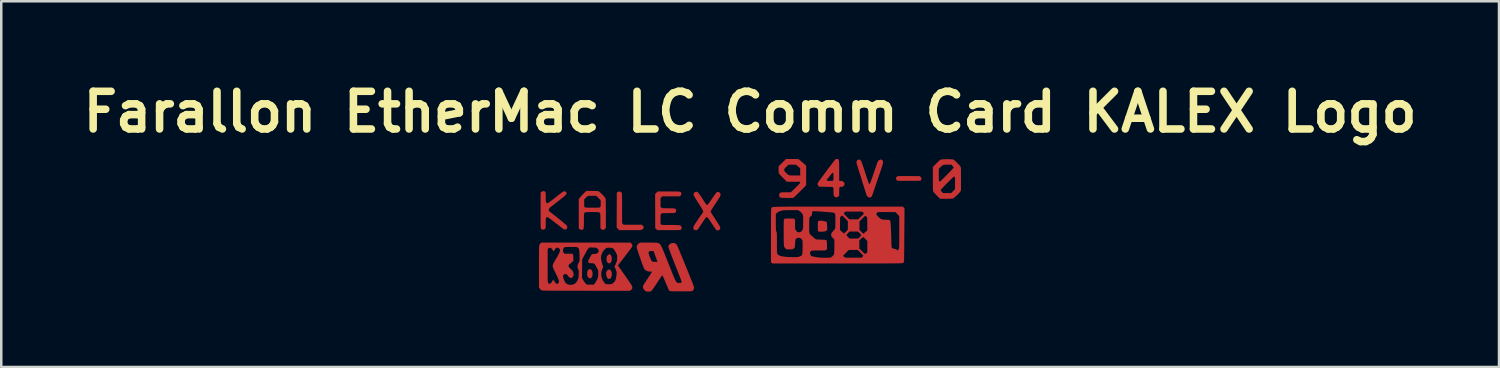
<source format=kicad_pcb>
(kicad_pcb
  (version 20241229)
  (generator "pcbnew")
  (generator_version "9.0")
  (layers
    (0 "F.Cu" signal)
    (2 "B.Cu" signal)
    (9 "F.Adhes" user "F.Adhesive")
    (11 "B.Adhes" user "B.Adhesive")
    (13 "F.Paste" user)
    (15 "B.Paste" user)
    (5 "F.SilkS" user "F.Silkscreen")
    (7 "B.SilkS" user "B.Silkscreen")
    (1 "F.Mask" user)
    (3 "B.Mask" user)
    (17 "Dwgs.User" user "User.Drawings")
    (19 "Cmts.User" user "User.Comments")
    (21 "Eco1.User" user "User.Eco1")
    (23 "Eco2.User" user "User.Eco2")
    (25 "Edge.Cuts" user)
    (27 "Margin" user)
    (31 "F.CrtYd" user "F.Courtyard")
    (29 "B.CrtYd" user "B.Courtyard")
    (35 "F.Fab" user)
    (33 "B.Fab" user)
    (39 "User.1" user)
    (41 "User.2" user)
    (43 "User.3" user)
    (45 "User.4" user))
  (footprint "Farallon EtherMac LC Comm Card KALEX Logo"
    (layer "F.Cu")
    (at 26.8 5.904)
    (property "Reference" "Farallon EtherMac LC Comm Card KALEX Logo" (at 0 -4.5 0) (layer "F.SilkS") (effects (font (size 1.5 1.5) (thickness 0.3))))
    (attr board_only exclude_from_pos_files exclude_from_bom)
    (fp_poly (pts (xy -6.345 1.762) (xy -6.312 1.786) (xy -6.288 1.827) (xy -6.274 1.884) (xy -6.269 1.941) (xy -6.275 2.007) (xy -6.291 2.06) (xy -6.316 2.098) (xy -6.35 2.119) (xy -6.372 2.122) (xy -6.409 2.112) (xy -6.427 2.098) (xy -6.458 2.061) (xy -6.475 2.028) (xy -6.483 1.991) (xy -6.485 1.946) (xy -6.481 1.874) (xy -6.468 1.82) (xy -6.447 1.785) (xy -6.429 1.771) (xy -6.384 1.757)) (stroke (width 0) (type solid)) (fill yes) (layer "F.Cu"))
    (fp_poly (pts (xy -5.566 1.172) (xy -5.54 1.199) (xy -5.521 1.241) (xy -5.508 1.298) (xy -5.505 1.354) (xy -5.51 1.414) (xy -5.526 1.461) (xy -5.556 1.5) (xy -5.584 1.523) (xy -5.61 1.528) (xy -5.643 1.516) (xy -5.68 1.488) (xy -5.703 1.45) (xy -5.714 1.397) (xy -5.714 1.37) (xy -5.713 1.313) (xy -5.706 1.272) (xy -5.692 1.239) (xy -5.67 1.207) (xy -5.665 1.201) (xy -5.63 1.172) (xy -5.597 1.163)) (stroke (width 0) (type solid)) (fill yes) (layer "F.Cu"))
    (fp_poly (pts (xy -5.589 1.773) (xy -5.555 1.795) (xy -5.526 1.837) (xy -5.525 1.838) (xy -5.513 1.869) (xy -5.506 1.9) (xy -5.505 1.939) (xy -5.506 1.97) (xy -5.509 2.017) (xy -5.515 2.049) (xy -5.527 2.076) (xy -5.541 2.099) (xy -5.562 2.126) (xy -5.58 2.139) (xy -5.604 2.143) (xy -5.614 2.144) (xy -5.653 2.137) (xy -5.674 2.122) (xy -5.702 2.076) (xy -5.721 2.017) (xy -5.73 1.951) (xy -5.73 1.941) (xy -5.729 1.899) (xy -5.722 1.869) (xy -5.709 1.842) (xy -5.701 1.831) (xy -5.664 1.791) (xy -5.626 1.772)) (stroke (width 0) (type solid)) (fill yes) (layer "F.Cu"))
    (fp_poly (pts (xy 6.13 -1.949) (xy 6.222 -1.948) (xy 6.32 -1.948) (xy 6.753 -1.944) (xy 6.786 -1.913) (xy 6.812 -1.876) (xy 6.818 -1.836) (xy 6.804 -1.798) (xy 6.796 -1.787) (xy 6.774 -1.761) (xy 6.325 -1.759) (xy 6.214 -1.758) (xy 6.122 -1.758) (xy 6.048 -1.758) (xy 5.99 -1.758) (xy 5.944 -1.759) (xy 5.91 -1.761) (xy 5.886 -1.763) (xy 5.868 -1.766) (xy 5.856 -1.77) (xy 5.847 -1.774) (xy 5.846 -1.775) (xy 5.819 -1.803) (xy 5.807 -1.84) (xy 5.809 -1.878) (xy 5.827 -1.913) (xy 5.852 -1.932) (xy 5.862 -1.937) (xy 5.875 -1.941) (xy 5.893 -1.944) (xy 5.918 -1.946) (xy 5.952 -1.948) (xy 5.998 -1.948) (xy 6.056 -1.949)) (stroke (width 0) (type solid)) (fill yes) (layer "F.Cu"))
    (fp_poly (pts (xy -5.153 -1.322) (xy -5.12 -1.297) (xy -5.108 -1.277) (xy -5.105 -1.264) (xy -5.102 -1.238) (xy -5.1 -1.199) (xy -5.098 -1.145) (xy -5.097 -1.075) (xy -5.096 -0.988) (xy -5.095 -0.882) (xy -5.095 -0.757) (xy -5.095 -0.661) (xy -5.095 -0.074) (xy -5.064 -0.042) (xy -5.032 -0.011) (xy -4.669 -0.011) (xy -4.307 -0.011) (xy -4.27 0.026) (xy -4.241 0.064) (xy -4.234 0.101) (xy -4.247 0.136) (xy -4.263 0.153) (xy -4.277 0.165) (xy -4.29 0.176) (xy -4.305 0.184) (xy -4.323 0.191) (xy -4.347 0.196) (xy -4.379 0.199) (xy -4.422 0.202) (xy -4.476 0.203) (xy -4.545 0.204) (xy -4.631 0.205) (xy -4.735 0.205) (xy -4.775 0.205) (xy -5.211 0.205) (xy -5.261 0.151) (xy -5.311 0.097) (xy -5.308 -0.593) (xy -5.305 -1.284) (xy -5.275 -1.31) (xy -5.237 -1.33) (xy -5.194 -1.334)) (stroke (width 0) (type solid)) (fill yes) (layer "F.Cu"))
    (fp_poly (pts (xy 2.865 -0.17) (xy 2.911 -0.163) (xy 2.934 -0.156) (xy 2.969 -0.145) (xy 3.003 -0.14) (xy 3.005 -0.14) (xy 3.023 -0.138) (xy 3.037 -0.13) (xy 3.047 -0.114) (xy 3.054 -0.086) (xy 3.059 -0.044) (xy 3.063 0.016) (xy 3.065 0.05) (xy 3.068 0.107) (xy 3.069 0.147) (xy 3.068 0.174) (xy 3.065 0.192) (xy 3.058 0.205) (xy 3.048 0.217) (xy 3.047 0.218) (xy 3.026 0.237) (xy 2.996 0.249) (xy 2.952 0.258) (xy 2.951 0.258) (xy 2.884 0.266) (xy 2.821 0.269) (xy 2.769 0.267) (xy 2.731 0.259) (xy 2.717 0.253) (xy 2.708 0.245) (xy 2.702 0.236) (xy 2.698 0.222) (xy 2.695 0.198) (xy 2.694 0.163) (xy 2.693 0.112) (xy 2.693 0.056) (xy 2.693 -0.02) (xy 2.695 -0.077) (xy 2.699 -0.117) (xy 2.708 -0.144) (xy 2.722 -0.161) (xy 2.743 -0.169) (xy 2.772 -0.172) (xy 2.811 -0.172)) (stroke (width 0) (type solid)) (fill yes) (layer "F.Cu"))
    (fp_poly (pts (xy -3.024 -1.336) (xy -2.947 -1.335) (xy -2.886 -1.333) (xy -2.838 -1.331) (xy -2.803 -1.326) (xy -2.778 -1.32) (xy -2.762 -1.312) (xy -2.751 -1.302) (xy -2.745 -1.289) (xy -2.742 -1.272) (xy -2.739 -1.253) (xy -2.737 -1.221) (xy -2.745 -1.199) (xy -2.765 -1.175) (xy -2.766 -1.175) (xy -2.799 -1.142) (xy -3.148 -1.142) (xy -3.497 -1.142) (xy -3.531 -1.106) (xy -3.565 -1.071) (xy -3.565 -0.898) (xy -3.565 -0.726) (xy -3.536 -0.697) (xy -3.506 -0.669) (xy -3.251 -0.666) (xy -3.171 -0.665) (xy -3.109 -0.664) (xy -3.063 -0.662) (xy -3.03 -0.66) (xy -3.007 -0.657) (xy -2.992 -0.653) (xy -2.981 -0.647) (xy -2.972 -0.64) (xy -2.968 -0.636) (xy -2.948 -0.605) (xy -2.94 -0.566) (xy -2.947 -0.53) (xy -2.955 -0.516) (xy -2.966 -0.503) (xy -2.98 -0.493) (xy -3 -0.486) (xy -3.028 -0.48) (xy -3.066 -0.477) (xy -3.118 -0.475) (xy -3.187 -0.474) (xy -3.26 -0.474) (xy -3.505 -0.474) (xy -3.535 -0.445) (xy -3.565 -0.416) (xy -3.565 -0.225) (xy -3.565 -0.035) (xy -3.539 -0.017) (xy -3.529 -0.013) (xy -3.515 -0.009) (xy -3.494 -0.006) (xy -3.464 -0.003) (xy -3.422 -0.002) (xy -3.367 -0.001) (xy -3.296 -0.00025) (xy -3.207 -0.00002) (xy -3.161 0) (xy -3.062 0.000145) (xy -2.981 0.001) (xy -2.918 0.002) (xy -2.87 0.003) (xy -2.834 0.005) (xy -2.808 0.008) (xy -2.79 0.012) (xy -2.779 0.016) (xy -2.747 0.04) (xy -2.73 0.072) (xy -2.725 0.117) (xy -2.729 0.151) (xy -2.744 0.174) (xy -2.754 0.182) (xy -2.761 0.188) (xy -2.77 0.192) (xy -2.782 0.196) (xy -2.799 0.199) (xy -2.824 0.201) (xy -2.858 0.202) (xy -2.903 0.203) (xy -2.962 0.204) (xy -3.036 0.204) (xy -3.128 0.205) (xy -3.239 0.205) (xy -3.695 0.205) (xy -3.735 0.168) (xy -3.776 0.131) (xy -3.778 -0.552) (xy -3.781 -1.235) (xy -3.728 -1.286) (xy -3.674 -1.336) (xy -3.233 -1.336) (xy -3.119 -1.336)) (stroke (width 0) (type solid)) (fill yes) (layer "F.Cu"))
    (fp_poly (pts (xy 1.753 -2.628) (xy 1.823 -2.626) (xy 1.877 -2.624) (xy 1.914 -2.621) (xy 1.929 -2.617) (xy 1.947 -2.605) (xy 1.977 -2.581) (xy 2.016 -2.549) (xy 2.06 -2.511) (xy 2.106 -2.472) (xy 2.149 -2.433) (xy 2.179 -2.406) (xy 2.23 -2.358) (xy 2.23 -1.969) (xy 2.23 -1.581) (xy 2.044 -1.392) (xy 1.988 -1.336) (xy 1.932 -1.28) (xy 1.879 -1.229) (xy 1.834 -1.185) (xy 1.798 -1.152) (xy 1.785 -1.141) (xy 1.712 -1.077) (xy 1.473 -1.078) (xy 1.402 -1.078) (xy 1.337 -1.08) (xy 1.282 -1.082) (xy 1.24 -1.084) (xy 1.215 -1.087) (xy 1.21 -1.088) (xy 1.178 -1.111) (xy 1.159 -1.146) (xy 1.152 -1.187) (xy 1.159 -1.229) (xy 1.178 -1.265) (xy 1.205 -1.287) (xy 1.222 -1.293) (xy 1.246 -1.298) (xy 1.281 -1.301) (xy 1.33 -1.303) (xy 1.396 -1.303) (xy 1.43 -1.303) (xy 1.621 -1.303) (xy 1.807 -1.484) (xy 1.868 -1.544) (xy 1.914 -1.591) (xy 1.948 -1.626) (xy 1.971 -1.653) (xy 1.985 -1.673) (xy 1.992 -1.688) (xy 1.993 -1.694) (xy 1.993 -1.723) (xy 1.728 -1.723) (xy 1.463 -1.723) (xy 1.312 -1.872) (xy 1.264 -1.919) (xy 1.221 -1.964) (xy 1.185 -2.002) (xy 1.16 -2.031) (xy 1.147 -2.048) (xy 1.146 -2.049) (xy 1.138 -2.074) (xy 1.133 -2.116) (xy 1.131 -2.177) (xy 1.131 -2.194) (xy 1.357 -2.194) (xy 1.359 -2.17) (xy 1.365 -2.151) (xy 1.379 -2.13) (xy 1.404 -2.103) (xy 1.425 -2.083) (xy 1.462 -2.047) (xy 1.491 -2.019) (xy 1.516 -1.999) (xy 1.541 -1.986) (xy 1.57 -1.978) (xy 1.606 -1.973) (xy 1.653 -1.971) (xy 1.714 -1.971) (xy 1.773 -1.971) (xy 1.993 -1.971) (xy 1.993 -2.116) (xy 1.993 -2.26) (xy 1.947 -2.296) (xy 1.911 -2.325) (xy 1.873 -2.356) (xy 1.861 -2.367) (xy 1.82 -2.402) (xy 1.678 -2.402) (xy 1.535 -2.402) (xy 1.446 -2.32) (xy 1.407 -2.284) (xy 1.382 -2.259) (xy 1.367 -2.239) (xy 1.36 -2.222) (xy 1.357 -2.203) (xy 1.357 -2.194) (xy 1.131 -2.194) (xy 1.131 -2.205) (xy 1.131 -2.333) (xy 1.28 -2.481) (xy 1.429 -2.628) (xy 1.669 -2.628)) (stroke (width 0) (type solid)) (fill yes) (layer "F.Cu"))
    (fp_poly (pts (xy 4.357 -2.602) (xy 4.393 -2.577) (xy 4.399 -2.571) (xy 4.408 -2.559) (xy 4.418 -2.543) (xy 4.429 -2.521) (xy 4.442 -2.489) (xy 4.458 -2.448) (xy 4.476 -2.394) (xy 4.499 -2.325) (xy 4.527 -2.241) (xy 4.56 -2.138) (xy 4.571 -2.105) (xy 4.608 -1.992) (xy 4.638 -1.898) (xy 4.664 -1.821) (xy 4.685 -1.759) (xy 4.702 -1.712) (xy 4.716 -1.677) (xy 4.727 -1.652) (xy 4.735 -1.637) (xy 4.743 -1.629) (xy 4.749 -1.627) (xy 4.749 -1.627) (xy 4.759 -1.635) (xy 4.773 -1.662) (xy 4.792 -1.707) (xy 4.816 -1.771) (xy 4.846 -1.855) (xy 4.857 -1.887) (xy 4.881 -1.957) (xy 4.909 -2.039) (xy 4.937 -2.121) (xy 4.963 -2.195) (xy 4.966 -2.203) (xy 4.987 -2.264) (xy 5.007 -2.323) (xy 5.025 -2.375) (xy 5.038 -2.414) (xy 5.042 -2.426) (xy 5.063 -2.484) (xy 5.083 -2.525) (xy 5.105 -2.557) (xy 5.128 -2.579) (xy 5.168 -2.602) (xy 5.208 -2.604) (xy 5.245 -2.591) (xy 5.27 -2.571) (xy 5.285 -2.541) (xy 5.289 -2.499) (xy 5.282 -2.444) (xy 5.265 -2.373) (xy 5.241 -2.3) (xy 5.227 -2.257) (xy 5.206 -2.197) (xy 5.181 -2.124) (xy 5.153 -2.04) (xy 5.122 -1.949) (xy 5.089 -1.854) (xy 5.057 -1.761) (xy 5.026 -1.671) (xy 4.997 -1.585) (xy 4.97 -1.505) (xy 4.947 -1.436) (xy 4.927 -1.379) (xy 4.913 -1.336) (xy 4.905 -1.311) (xy 4.904 -1.309) (xy 4.891 -1.27) (xy 4.879 -1.235) (xy 4.874 -1.223) (xy 4.862 -1.192) (xy 4.854 -1.168) (xy 4.833 -1.13) (xy 4.799 -1.105) (xy 4.758 -1.094) (xy 4.717 -1.1) (xy 4.701 -1.108) (xy 4.664 -1.139) (xy 4.637 -1.179) (xy 4.626 -1.209) (xy 4.621 -1.227) (xy 4.611 -1.261) (xy 4.597 -1.307) (xy 4.58 -1.36) (xy 4.562 -1.417) (xy 4.544 -1.473) (xy 4.528 -1.524) (xy 4.514 -1.565) (xy 4.504 -1.593) (xy 4.502 -1.6) (xy 4.495 -1.62) (xy 4.484 -1.655) (xy 4.472 -1.696) (xy 4.47 -1.702) (xy 4.456 -1.753) (xy 4.44 -1.806) (xy 4.427 -1.847) (xy 4.414 -1.887) (xy 4.398 -1.938) (xy 4.381 -1.993) (xy 4.373 -2.02) (xy 4.358 -2.066) (xy 4.345 -2.106) (xy 4.336 -2.134) (xy 4.333 -2.144) (xy 4.326 -2.165) (xy 4.324 -2.171) (xy 4.32 -2.184) (xy 4.311 -2.215) (xy 4.298 -2.257) (xy 4.283 -2.306) (xy 4.281 -2.311) (xy 4.265 -2.363) (xy 4.251 -2.41) (xy 4.241 -2.447) (xy 4.236 -2.469) (xy 4.236 -2.469) (xy 4.235 -2.52) (xy 4.249 -2.561) (xy 4.275 -2.588) (xy 4.318 -2.605)) (stroke (width 0) (type solid)) (fill yes) (layer "F.Cu"))
    (fp_poly (pts (xy 3.466 -2.628) (xy 3.486 -2.626) (xy 3.503 -2.62) (xy 3.516 -2.608) (xy 3.526 -2.589) (xy 3.533 -2.56) (xy 3.538 -2.52) (xy 3.541 -2.467) (xy 3.543 -2.399) (xy 3.544 -2.314) (xy 3.544 -2.21) (xy 3.544 -2.156) (xy 3.544 -1.758) (xy 3.615 -1.754) (xy 3.655 -1.75) (xy 3.681 -1.744) (xy 3.701 -1.731) (xy 3.723 -1.71) (xy 3.723 -1.71) (xy 3.752 -1.667) (xy 3.76 -1.626) (xy 3.747 -1.586) (xy 3.723 -1.555) (xy 3.696 -1.532) (xy 3.672 -1.522) (xy 3.638 -1.519) (xy 3.633 -1.519) (xy 3.601 -1.518) (xy 3.578 -1.512) (xy 3.562 -1.5) (xy 3.552 -1.478) (xy 3.547 -1.443) (xy 3.544 -1.392) (xy 3.544 -1.323) (xy 3.544 -1.323) (xy 3.544 -1.166) (xy 3.506 -1.132) (xy 3.465 -1.106) (xy 3.422 -1.1) (xy 3.385 -1.11) (xy 3.363 -1.125) (xy 3.342 -1.151) (xy 3.339 -1.155) (xy 3.33 -1.172) (xy 3.324 -1.193) (xy 3.32 -1.221) (xy 3.318 -1.26) (xy 3.318 -1.316) (xy 3.318 -1.331) (xy 3.317 -1.394) (xy 3.315 -1.439) (xy 3.311 -1.47) (xy 3.305 -1.489) (xy 3.302 -1.494) (xy 3.296 -1.501) (xy 3.288 -1.507) (xy 3.276 -1.511) (xy 3.256 -1.514) (xy 3.226 -1.516) (xy 3.184 -1.518) (xy 3.126 -1.519) (xy 3.051 -1.52) (xy 3.015 -1.521) (xy 2.745 -1.524) (xy 2.714 -1.559) (xy 2.688 -1.601) (xy 2.684 -1.645) (xy 2.701 -1.689) (xy 2.701 -1.689) (xy 2.714 -1.707) (xy 2.738 -1.741) (xy 2.771 -1.787) (xy 2.772 -1.788) (xy 3.05 -1.788) (xy 3.055 -1.776) (xy 3.061 -1.769) (xy 3.078 -1.762) (xy 3.111 -1.758) (xy 3.153 -1.756) (xy 3.199 -1.756) (xy 3.243 -1.757) (xy 3.279 -1.761) (xy 3.302 -1.767) (xy 3.305 -1.769) (xy 3.311 -1.787) (xy 3.316 -1.826) (xy 3.318 -1.887) (xy 3.318 -1.913) (xy 3.317 -1.978) (xy 3.315 -2.024) (xy 3.312 -2.054) (xy 3.306 -2.071) (xy 3.297 -2.078) (xy 3.292 -2.079) (xy 3.275 -2.071) (xy 3.25 -2.048) (xy 3.22 -2.014) (xy 3.187 -1.972) (xy 3.183 -1.966) (xy 3.159 -1.935) (xy 3.129 -1.896) (xy 3.1 -1.863) (xy 3.071 -1.828) (xy 3.055 -1.804) (xy 3.05 -1.788) (xy 2.772 -1.788) (xy 2.813 -1.844) (xy 2.861 -1.909) (xy 2.915 -1.981) (xy 2.971 -2.058) (xy 3.029 -2.136) (xy 3.087 -2.214) (xy 3.144 -2.289) (xy 3.197 -2.361) (xy 3.246 -2.425) (xy 3.288 -2.481) (xy 3.322 -2.526) (xy 3.346 -2.557) (xy 3.358 -2.572) (xy 3.386 -2.603) (xy 3.407 -2.62) (xy 3.428 -2.627) (xy 3.442 -2.628)) (stroke (width 0) (type solid)) (fill yes) (layer "F.Cu"))
    (fp_poly (pts (xy -6.293 -1.357) (xy -6.207 -1.357) (xy -6.14 -1.355) (xy -6.091 -1.353) (xy -6.056 -1.349) (xy -6.033 -1.344) (xy -6.029 -1.343) (xy -6.009 -1.329) (xy -5.978 -1.303) (xy -5.94 -1.268) (xy -5.898 -1.227) (xy -5.856 -1.184) (xy -5.817 -1.142) (xy -5.784 -1.104) (xy -5.761 -1.075) (xy -5.752 -1.06) (xy -5.75 -1.043) (xy -5.748 -1.007) (xy -5.746 -0.952) (xy -5.744 -0.88) (xy -5.743 -0.794) (xy -5.742 -0.693) (xy -5.742 -0.581) (xy -5.741 -0.458) (xy -5.741 -0.456) (xy -5.741 0.121) (xy -5.778 0.157) (xy -5.818 0.187) (xy -5.858 0.195) (xy -5.898 0.181) (xy -5.924 0.161) (xy -5.957 0.128) (xy -5.957 -0.158) (xy -5.957 -0.256) (xy -5.959 -0.337) (xy -5.961 -0.399) (xy -5.964 -0.441) (xy -5.968 -0.463) (xy -5.968 -0.465) (xy -5.98 -0.481) (xy -5.996 -0.493) (xy -6.02 -0.503) (xy -6.054 -0.509) (xy -6.101 -0.514) (xy -6.163 -0.516) (xy -6.243 -0.517) (xy -6.282 -0.517) (xy -6.373 -0.516) (xy -6.445 -0.515) (xy -6.501 -0.511) (xy -6.541 -0.506) (xy -6.57 -0.499) (xy -6.589 -0.488) (xy -6.6 -0.475) (xy -6.604 -0.467) (xy -6.606 -0.449) (xy -6.609 -0.413) (xy -6.611 -0.362) (xy -6.613 -0.299) (xy -6.614 -0.227) (xy -6.614 -0.168) (xy -6.614 -0.073) (xy -6.615 0.002) (xy -6.618 0.061) (xy -6.622 0.105) (xy -6.627 0.137) (xy -6.635 0.159) (xy -6.645 0.174) (xy -6.657 0.183) (xy -6.657 0.183) (xy -6.698 0.194) (xy -6.743 0.188) (xy -6.783 0.168) (xy -6.785 0.166) (xy -6.819 0.138) (xy -6.819 -0.446) (xy -6.819 -0.871) (xy -6.603 -0.871) (xy -6.603 -0.812) (xy -6.602 -0.771) (xy -6.6 -0.744) (xy -6.596 -0.727) (xy -6.589 -0.716) (xy -6.58 -0.708) (xy -6.579 -0.707) (xy -6.568 -0.702) (xy -6.552 -0.698) (xy -6.528 -0.695) (xy -6.493 -0.693) (xy -6.445 -0.691) (xy -6.381 -0.69) (xy -6.298 -0.69) (xy -6.275 -0.69) (xy -6.19 -0.69) (xy -6.125 -0.69) (xy -6.075 -0.691) (xy -6.039 -0.692) (xy -6.013 -0.694) (xy -5.996 -0.698) (xy -5.985 -0.702) (xy -5.976 -0.708) (xy -5.971 -0.713) (xy -5.96 -0.724) (xy -5.953 -0.738) (xy -5.949 -0.758) (xy -5.947 -0.789) (xy -5.946 -0.835) (xy -5.946 -0.86) (xy -5.946 -0.984) (xy -6.036 -1.074) (xy -6.125 -1.163) (xy -6.288 -1.163) (xy -6.353 -1.163) (xy -6.401 -1.162) (xy -6.437 -1.157) (xy -6.465 -1.148) (xy -6.491 -1.132) (xy -6.517 -1.107) (xy -6.55 -1.073) (xy -6.562 -1.061) (xy -6.603 -1.018) (xy -6.603 -0.871) (xy -6.819 -0.871) (xy -6.819 -1.031) (xy -6.786 -1.075) (xy -6.767 -1.099) (xy -6.737 -1.134) (xy -6.698 -1.176) (xy -6.656 -1.221) (xy -6.638 -1.238) (xy -6.522 -1.357)) (stroke (width 0) (type solid)) (fill yes) (layer "F.Cu"))
    (fp_poly (pts (xy -8.182 -1.339) (xy -8.156 -1.322) (xy -8.148 -1.312) (xy -8.142 -1.3) (xy -8.138 -1.283) (xy -8.135 -1.258) (xy -8.133 -1.221) (xy -8.133 -1.169) (xy -8.133 -1.102) (xy -8.133 -1.032) (xy -8.132 -0.981) (xy -8.13 -0.944) (xy -8.127 -0.92) (xy -8.123 -0.904) (xy -8.117 -0.894) (xy -8.113 -0.89) (xy -8.081 -0.874) (xy -8.042 -0.876) (xy -8.024 -0.884) (xy -8.011 -0.893) (xy -7.983 -0.914) (xy -7.942 -0.945) (xy -7.892 -0.984) (xy -7.833 -1.029) (xy -7.769 -1.079) (xy -7.742 -1.101) (xy -7.676 -1.153) (xy -7.614 -1.202) (xy -7.558 -1.245) (xy -7.511 -1.281) (xy -7.475 -1.308) (xy -7.453 -1.324) (xy -7.449 -1.327) (xy -7.41 -1.342) (xy -7.371 -1.34) (xy -7.336 -1.325) (xy -7.312 -1.299) (xy -7.303 -1.264) (xy -7.305 -1.247) (xy -7.312 -1.229) (xy -7.325 -1.21) (xy -7.347 -1.186) (xy -7.38 -1.156) (xy -7.424 -1.118) (xy -7.482 -1.071) (xy -7.545 -1.022) (xy -7.61 -0.971) (xy -7.677 -0.919) (xy -7.74 -0.869) (xy -7.797 -0.824) (xy -7.843 -0.789) (xy -7.857 -0.778) (xy -7.898 -0.746) (xy -7.932 -0.719) (xy -7.958 -0.699) (xy -7.97 -0.69) (xy -7.97 -0.689) (xy -7.988 -0.668) (xy -8.004 -0.636) (xy -8.014 -0.605) (xy -8.014 -0.597) (xy -8.015 -0.59) (xy -8.014 -0.584) (xy -8.012 -0.577) (xy -8.007 -0.568) (xy -7.997 -0.557) (xy -7.98 -0.542) (xy -7.956 -0.521) (xy -7.922 -0.494) (xy -7.878 -0.458) (xy -7.822 -0.413) (xy -7.752 -0.358) (xy -7.668 -0.291) (xy -7.643 -0.271) (xy -7.569 -0.212) (xy -7.5 -0.156) (xy -7.438 -0.105) (xy -7.384 -0.06) (xy -7.341 -0.023) (xy -7.311 0.005) (xy -7.295 0.021) (xy -7.294 0.022) (xy -7.277 0.063) (xy -7.276 0.103) (xy -7.289 0.138) (xy -7.314 0.165) (xy -7.346 0.181) (xy -7.384 0.181) (xy -7.413 0.17) (xy -7.427 0.16) (xy -7.456 0.139) (xy -7.497 0.107) (xy -7.549 0.068) (xy -7.609 0.021) (xy -7.676 -0.031) (xy -7.738 -0.079) (xy -7.831 -0.151) (xy -7.908 -0.21) (xy -7.971 -0.256) (xy -8.018 -0.289) (xy -8.05 -0.309) (xy -8.065 -0.315) (xy -8.093 -0.308) (xy -8.112 -0.296) (xy -8.119 -0.288) (xy -8.125 -0.276) (xy -8.128 -0.259) (xy -8.131 -0.232) (xy -8.132 -0.193) (xy -8.133 -0.137) (xy -8.133 -0.08) (xy -8.133 -0.01) (xy -8.133 0.041) (xy -8.135 0.078) (xy -8.137 0.103) (xy -8.141 0.121) (xy -8.148 0.133) (xy -8.157 0.145) (xy -8.161 0.15) (xy -8.181 0.171) (xy -8.204 0.181) (xy -8.237 0.183) (xy -8.241 0.183) (xy -8.274 0.181) (xy -8.296 0.173) (xy -8.312 0.156) (xy -8.315 0.152) (xy -8.32 0.145) (xy -8.323 0.138) (xy -8.327 0.127) (xy -8.329 0.113) (xy -8.331 0.093) (xy -8.333 0.066) (xy -8.335 0.029) (xy -8.336 -0.018) (xy -8.336 -0.077) (xy -8.337 -0.15) (xy -8.337 -0.238) (xy -8.337 -0.344) (xy -8.337 -0.468) (xy -8.337 -0.585) (xy -8.337 -1.291) (xy -8.304 -1.319) (xy -8.265 -1.341) (xy -8.222 -1.348)) (stroke (width 0) (type solid)) (fill yes) (layer "F.Cu"))
    (fp_poly (pts (xy 7.897 -2.619) (xy 7.962 -2.617) (xy 8.019 -2.614) (xy 8.064 -2.61) (xy 8.093 -2.605) (xy 8.098 -2.602) (xy 8.117 -2.589) (xy 8.146 -2.563) (xy 8.183 -2.528) (xy 8.224 -2.487) (xy 8.266 -2.444) (xy 8.306 -2.403) (xy 8.339 -2.366) (xy 8.362 -2.338) (xy 8.368 -2.33) (xy 8.373 -2.322) (xy 8.378 -2.312) (xy 8.382 -2.3) (xy 8.385 -2.284) (xy 8.387 -2.26) (xy 8.389 -2.227) (xy 8.39 -2.184) (xy 8.391 -2.128) (xy 8.391 -2.056) (xy 8.391 -1.968) (xy 8.391 -1.86) (xy 8.391 -1.837) (xy 8.391 -1.377) (xy 8.364 -1.33) (xy 8.344 -1.304) (xy 8.312 -1.268) (xy 8.272 -1.226) (xy 8.227 -1.182) (xy 8.181 -1.14) (xy 8.138 -1.103) (xy 8.103 -1.076) (xy 8.086 -1.064) (xy 8.072 -1.058) (xy 8.054 -1.054) (xy 8.029 -1.05) (xy 7.994 -1.048) (xy 7.945 -1.046) (xy 7.881 -1.046) (xy 7.805 -1.045) (xy 7.558 -1.045) (xy 7.43 -1.171) (xy 7.386 -1.216) (xy 7.346 -1.259) (xy 7.314 -1.296) (xy 7.293 -1.323) (xy 7.286 -1.334) (xy 7.282 -1.347) (xy 7.279 -1.366) (xy 7.277 -1.39) (xy 7.586 -1.39) (xy 7.588 -1.367) (xy 7.607 -1.34) (xy 7.632 -1.316) (xy 7.68 -1.271) (xy 7.839 -1.271) (xy 7.999 -1.271) (xy 8.076 -1.349) (xy 8.154 -1.428) (xy 8.154 -1.665) (xy 8.154 -1.747) (xy 8.153 -1.81) (xy 8.151 -1.857) (xy 8.147 -1.889) (xy 8.142 -1.91) (xy 8.134 -1.922) (xy 8.123 -1.927) (xy 8.11 -1.928) (xy 8.1 -1.921) (xy 8.077 -1.9) (xy 8.043 -1.868) (xy 8.001 -1.827) (xy 7.952 -1.78) (xy 7.9 -1.727) (xy 7.845 -1.673) (xy 7.791 -1.618) (xy 7.739 -1.565) (xy 7.692 -1.516) (xy 7.652 -1.474) (xy 7.621 -1.44) (xy 7.601 -1.417) (xy 7.598 -1.413) (xy 7.586 -1.39) (xy 7.277 -1.39) (xy 7.277 -1.394) (xy 7.275 -1.433) (xy 7.273 -1.484) (xy 7.272 -1.549) (xy 7.271 -1.63) (xy 7.271 -1.729) (xy 7.271 -1.84) (xy 7.271 -2.004) (xy 7.508 -2.004) (xy 7.508 -1.924) (xy 7.509 -1.864) (xy 7.511 -1.819) (xy 7.513 -1.787) (xy 7.517 -1.766) (xy 7.522 -1.752) (xy 7.525 -1.747) (xy 7.54 -1.73) (xy 7.55 -1.723) (xy 7.56 -1.731) (xy 7.582 -1.752) (xy 7.617 -1.785) (xy 7.661 -1.828) (xy 7.713 -1.879) (xy 7.771 -1.937) (xy 7.827 -1.993) (xy 7.889 -2.057) (xy 7.947 -2.116) (xy 7.998 -2.169) (xy 8.04 -2.214) (xy 8.072 -2.249) (xy 8.092 -2.273) (xy 8.098 -2.282) (xy 8.093 -2.3) (xy 8.075 -2.327) (xy 8.054 -2.352) (xy 8.007 -2.402) (xy 7.852 -2.402) (xy 7.787 -2.402) (xy 7.74 -2.4) (xy 7.704 -2.396) (xy 7.676 -2.386) (xy 7.649 -2.369) (xy 7.62 -2.344) (xy 7.583 -2.309) (xy 7.575 -2.301) (xy 7.508 -2.236) (xy 7.508 -2.004) (xy 7.271 -2.004) (xy 7.271 -2.309) (xy 7.407 -2.447) (xy 7.454 -2.492) (xy 7.497 -2.534) (xy 7.535 -2.568) (xy 7.564 -2.591) (xy 7.579 -2.601) (xy 7.603 -2.607) (xy 7.644 -2.612) (xy 7.698 -2.616) (xy 7.761 -2.618) (xy 7.829 -2.619)) (stroke (width 0) (type solid)) (fill yes) (layer "F.Cu"))
    (fp_poly (pts (xy -2.131 -1.324) (xy -2.114 -1.321) (xy -2.098 -1.314) (xy -2.081 -1.301) (xy -2.061 -1.281) (xy -2.038 -1.253) (xy -2.009 -1.213) (xy -1.974 -1.162) (xy -1.931 -1.098) (xy -1.879 -1.018) (xy -1.822 -0.93) (xy -1.786 -0.876) (xy -1.76 -0.839) (xy -1.739 -0.815) (xy -1.723 -0.804) (xy -1.708 -0.801) (xy -1.697 -0.804) (xy -1.686 -0.814) (xy -1.666 -0.84) (xy -1.637 -0.878) (xy -1.601 -0.927) (xy -1.56 -0.985) (xy -1.523 -1.038) (xy -1.47 -1.115) (xy -1.427 -1.177) (xy -1.393 -1.224) (xy -1.367 -1.259) (xy -1.346 -1.284) (xy -1.33 -1.3) (xy -1.316 -1.309) (xy -1.303 -1.313) (xy -1.289 -1.313) (xy -1.272 -1.312) (xy -1.272 -1.312) (xy -1.239 -1.307) (xy -1.217 -1.295) (xy -1.199 -1.272) (xy -1.185 -1.249) (xy -1.177 -1.228) (xy -1.175 -1.206) (xy -1.18 -1.179) (xy -1.194 -1.146) (xy -1.217 -1.104) (xy -1.251 -1.049) (xy -1.295 -0.981) (xy -1.307 -0.962) (xy -1.379 -0.852) (xy -1.439 -0.76) (xy -1.487 -0.684) (xy -1.525 -0.625) (xy -1.551 -0.581) (xy -1.567 -0.552) (xy -1.573 -0.538) (xy -1.573 -0.537) (xy -1.572 -0.532) (xy -1.57 -0.525) (xy -1.564 -0.514) (xy -1.555 -0.497) (xy -1.54 -0.472) (xy -1.519 -0.439) (xy -1.49 -0.394) (xy -1.454 -0.337) (xy -1.407 -0.265) (xy -1.354 -0.183) (xy -1.305 -0.107) (xy -1.266 -0.046) (xy -1.237 0.001) (xy -1.215 0.037) (xy -1.201 0.064) (xy -1.193 0.084) (xy -1.189 0.1) (xy -1.188 0.113) (xy -1.189 0.122) (xy -1.203 0.168) (xy -1.23 0.2) (xy -1.268 0.214) (xy -1.281 0.215) (xy -1.313 0.212) (xy -1.338 0.204) (xy -1.339 0.203) (xy -1.351 0.191) (xy -1.372 0.164) (xy -1.401 0.124) (xy -1.436 0.073) (xy -1.476 0.014) (xy -1.509 -0.036) (xy -1.561 -0.115) (xy -1.603 -0.177) (xy -1.636 -0.225) (xy -1.662 -0.26) (xy -1.682 -0.284) (xy -1.698 -0.3) (xy -1.712 -0.309) (xy -1.725 -0.312) (xy -1.731 -0.312) (xy -1.738 -0.312) (xy -1.746 -0.31) (xy -1.754 -0.303) (xy -1.765 -0.292) (xy -1.78 -0.273) (xy -1.8 -0.245) (xy -1.826 -0.207) (xy -1.861 -0.156) (xy -1.904 -0.09) (xy -1.957 -0.009) (xy -1.966 0.004) (xy -2.003 0.059) (xy -2.036 0.108) (xy -2.065 0.148) (xy -2.086 0.176) (xy -2.098 0.19) (xy -2.098 0.19) (xy -2.12 0.199) (xy -2.153 0.204) (xy -2.163 0.204) (xy -2.209 0.196) (xy -2.241 0.174) (xy -2.258 0.139) (xy -2.259 0.094) (xy -2.242 0.042) (xy -2.241 0.038) (xy -2.228 0.015) (xy -2.205 -0.022) (xy -2.174 -0.07) (xy -2.137 -0.126) (xy -2.097 -0.186) (xy -2.057 -0.246) (xy -2.017 -0.304) (xy -1.981 -0.356) (xy -1.95 -0.399) (xy -1.931 -0.425) (xy -1.899 -0.468) (xy -1.879 -0.499) (xy -1.869 -0.523) (xy -1.868 -0.543) (xy -1.873 -0.56) (xy -1.882 -0.58) (xy -1.9 -0.614) (xy -1.925 -0.658) (xy -1.953 -0.706) (xy -1.983 -0.755) (xy -2.01 -0.8) (xy -2.034 -0.836) (xy -2.04 -0.846) (xy -2.059 -0.874) (xy -2.075 -0.898) (xy -2.076 -0.899) (xy -2.087 -0.918) (xy -2.106 -0.949) (xy -2.131 -0.988) (xy -2.146 -1.011) (xy -2.189 -1.081) (xy -2.221 -1.136) (xy -2.241 -1.179) (xy -2.251 -1.212) (xy -2.251 -1.239) (xy -2.241 -1.261) (xy -2.223 -1.283) (xy -2.213 -1.292) (xy -2.184 -1.312) (xy -2.157 -1.324) (xy -2.148 -1.325)) (stroke (width 0) (type solid)) (fill yes) (layer "F.Cu"))
    (fp_poly (pts (xy -3.951 0.7) (xy -3.874 0.701) (xy -3.812 0.702) (xy -3.765 0.704) (xy -3.728 0.706) (xy -3.7 0.709) (xy -3.678 0.714) (xy -3.663 0.718) (xy -3.644 0.725) (xy -3.627 0.731) (xy -3.611 0.74) (xy -3.596 0.752) (xy -3.581 0.768) (xy -3.565 0.79) (xy -3.547 0.82) (xy -3.528 0.858) (xy -3.505 0.907) (xy -3.478 0.967) (xy -3.448 1.039) (xy -3.412 1.126) (xy -3.371 1.228) (xy -3.323 1.347) (xy -3.268 1.485) (xy -3.251 1.527) (xy -3.194 1.67) (xy -3.145 1.795) (xy -3.102 1.902) (xy -3.065 1.993) (xy -3.033 2.069) (xy -3.006 2.132) (xy -2.982 2.182) (xy -2.962 2.222) (xy -2.944 2.252) (xy -2.927 2.274) (xy -2.912 2.289) (xy -2.896 2.298) (xy -2.881 2.303) (xy -2.863 2.305) (xy -2.845 2.305) (xy -2.823 2.305) (xy -2.783 2.305) (xy -2.758 2.302) (xy -2.745 2.295) (xy -2.736 2.283) (xy -2.734 2.279) (xy -2.729 2.262) (xy -2.73 2.241) (xy -2.739 2.211) (xy -2.755 2.168) (xy -2.764 2.143) (xy -2.782 2.099) (xy -2.805 2.04) (xy -2.834 1.967) (xy -2.867 1.883) (xy -2.904 1.788) (xy -2.944 1.687) (xy -2.986 1.58) (xy -3.02 1.494) (xy -3.062 1.386) (xy -3.102 1.284) (xy -3.139 1.188) (xy -3.172 1.102) (xy -3.2 1.026) (xy -3.223 0.964) (xy -3.24 0.915) (xy -3.25 0.884) (xy -3.253 0.871) (xy -3.243 0.819) (xy -3.214 0.775) (xy -3.17 0.741) (xy -3.111 0.72) (xy -3.109 0.719) (xy -3.044 0.714) (xy -2.989 0.727) (xy -2.943 0.76) (xy -2.927 0.777) (xy -2.92 0.788) (xy -2.911 0.805) (xy -2.898 0.831) (xy -2.882 0.867) (xy -2.862 0.912) (xy -2.838 0.968) (xy -2.809 1.035) (xy -2.776 1.116) (xy -2.737 1.21) (xy -2.692 1.318) (xy -2.642 1.441) (xy -2.585 1.581) (xy -2.521 1.737) (xy -2.451 1.912) (xy -2.373 2.105) (xy -2.331 2.207) (xy -2.3 2.286) (xy -2.273 2.356) (xy -2.252 2.415) (xy -2.238 2.46) (xy -2.23 2.489) (xy -2.23 2.495) (xy -2.24 2.549) (xy -2.269 2.596) (xy -2.29 2.617) (xy -2.298 2.622) (xy -2.307 2.627) (xy -2.319 2.631) (xy -2.337 2.633) (xy -2.362 2.636) (xy -2.397 2.637) (xy -2.443 2.638) (xy -2.504 2.639) (xy -2.58 2.639) (xy -2.674 2.639) (xy -2.749 2.639) (xy -2.869 2.639) (xy -2.972 2.638) (xy -3.057 2.637) (xy -3.123 2.635) (xy -3.169 2.632) (xy -3.195 2.629) (xy -3.2 2.628) (xy -3.209 2.622) (xy -3.219 2.612) (xy -3.23 2.596) (xy -3.242 2.571) (xy -3.259 2.537) (xy -3.279 2.49) (xy -3.305 2.429) (xy -3.337 2.351) (xy -3.356 2.305) (xy -3.394 2.214) (xy -3.425 2.141) (xy -3.45 2.085) (xy -3.469 2.045) (xy -3.484 2.019) (xy -3.494 2.006) (xy -3.499 2.004) (xy -3.509 2.012) (xy -3.525 2.032) (xy -3.529 2.039) (xy -3.541 2.056) (xy -3.563 2.09) (xy -3.593 2.136) (xy -3.63 2.192) (xy -3.672 2.256) (xy -3.718 2.325) (xy -3.731 2.345) (xy -3.79 2.433) (xy -3.838 2.504) (xy -3.877 2.559) (xy -3.906 2.598) (xy -3.928 2.622) (xy -3.942 2.633) (xy -3.977 2.644) (xy -4.029 2.649) (xy -4.054 2.65) (xy -4.097 2.649) (xy -4.126 2.645) (xy -4.149 2.636) (xy -4.174 2.62) (xy -4.181 2.614) (xy -4.229 2.567) (xy -4.257 2.512) (xy -4.265 2.459) (xy -4.264 2.445) (xy -4.261 2.429) (xy -4.254 2.41) (xy -4.241 2.385) (xy -4.222 2.353) (xy -4.195 2.31) (xy -4.16 2.256) (xy -4.114 2.186) (xy -4.083 2.139) (xy -4.037 2.07) (xy -3.996 2.007) (xy -3.96 1.953) (xy -3.931 1.909) (xy -3.911 1.877) (xy -3.9 1.86) (xy -3.899 1.858) (xy -3.909 1.855) (xy -3.935 1.854) (xy -3.972 1.853) (xy -3.978 1.853) (xy -4.028 1.851) (xy -4.066 1.844) (xy -4.103 1.829) (xy -4.11 1.826) (xy -4.134 1.814) (xy -4.153 1.804) (xy -4.17 1.793) (xy -4.185 1.781) (xy -4.2 1.765) (xy -4.214 1.743) (xy -4.229 1.713) (xy -4.246 1.674) (xy -4.265 1.624) (xy -4.288 1.561) (xy -4.316 1.484) (xy -4.349 1.39) (xy -4.389 1.277) (xy -4.391 1.272) (xy -4.43 1.158) (xy -4.448 1.106) (xy -4.038 1.106) (xy -4.037 1.124) (xy -4.03 1.158) (xy -4.016 1.205) (xy -3.997 1.259) (xy -3.974 1.314) (xy -3.951 1.366) (xy -3.929 1.409) (xy -3.91 1.438) (xy -3.908 1.441) (xy -3.895 1.452) (xy -3.879 1.459) (xy -3.855 1.463) (xy -3.818 1.465) (xy -3.785 1.465) (xy -3.684 1.465) (xy -3.712 1.392) (xy -3.729 1.348) (xy -3.744 1.306) (xy -3.755 1.276) (xy -3.765 1.247) (xy -3.78 1.204) (xy -3.798 1.156) (xy -3.805 1.136) (xy -3.841 1.039) (xy -3.914 1.036) (xy -3.962 1.036) (xy -3.995 1.042) (xy -4.015 1.051) (xy -4.031 1.064) (xy -4.038 1.08) (xy -4.038 1.106) (xy -4.448 1.106) (xy -4.462 1.063) (xy -4.486 0.988) (xy -4.503 0.931) (xy -4.512 0.893) (xy -4.513 0.877) (xy -4.503 0.82) (xy -4.474 0.77) (xy -4.427 0.73) (xy -4.422 0.727) (xy -4.377 0.7) (xy -4.048 0.7)) (stroke (width 0) (type solid)) (fill yes) (layer "F.Cu"))
    (fp_poly (pts (xy -4.724 0.736) (xy -4.695 0.775) (xy -4.686 0.816) (xy -4.697 0.862) (xy -4.703 0.875) (xy -4.714 0.891) (xy -4.736 0.923) (xy -4.768 0.966) (xy -4.809 1.02) (xy -4.856 1.082) (xy -4.908 1.151) (xy -4.954 1.21) (xy -5.01 1.283) (xy -5.063 1.352) (xy -5.112 1.415) (xy -5.155 1.47) (xy -5.19 1.515) (xy -5.214 1.547) (xy -5.225 1.562) (xy -5.264 1.612) (xy -5.243 1.638) (xy -5.229 1.657) (xy -5.204 1.691) (xy -5.171 1.738) (xy -5.13 1.795) (xy -5.085 1.86) (xy -5.035 1.93) (xy -4.984 2.003) (xy -4.933 2.077) (xy -4.883 2.149) (xy -4.837 2.216) (xy -4.796 2.276) (xy -4.761 2.326) (xy -4.735 2.365) (xy -4.72 2.389) (xy -4.717 2.393) (xy -4.693 2.447) (xy -4.686 2.497) (xy -4.696 2.54) (xy -4.697 2.543) (xy -4.713 2.562) (xy -4.739 2.583) (xy -4.751 2.591) (xy -4.793 2.618) (xy -6.519 2.617) (xy -6.711 2.616) (xy -6.897 2.616) (xy -7.076 2.616) (xy -7.248 2.615) (xy -7.41 2.615) (xy -7.562 2.614) (xy -7.703 2.614) (xy -7.831 2.613) (xy -7.945 2.612) (xy -8.044 2.611) (xy -8.127 2.61) (xy -8.193 2.609) (xy -8.241 2.608) (xy -8.269 2.607) (xy -8.276 2.607) (xy -8.306 2.594) (xy -8.332 2.575) (xy -8.359 2.544) (xy -8.372 2.527) (xy -8.402 2.485) (xy -8.402 1.649) (xy -8.402 1.619) (xy -8.057 1.619) (xy -8.057 1.755) (xy -8.057 1.871) (xy -8.057 1.968) (xy -8.057 2.05) (xy -8.056 2.116) (xy -8.055 2.169) (xy -8.054 2.21) (xy -8.052 2.241) (xy -8.05 2.264) (xy -8.048 2.281) (xy -8.045 2.292) (xy -8.041 2.3) (xy -8.037 2.307) (xy -8.035 2.309) (xy -8.005 2.332) (xy -7.97 2.337) (xy -7.937 2.322) (xy -7.928 2.314) (xy -7.911 2.291) (xy -7.889 2.258) (xy -7.874 2.233) (xy -7.856 2.203) (xy -7.843 2.182) (xy -7.837 2.176) (xy -7.829 2.184) (xy -7.812 2.207) (xy -7.79 2.239) (xy -7.777 2.257) (xy -7.75 2.295) (xy -7.731 2.319) (xy -7.716 2.332) (xy -7.7 2.337) (xy -7.686 2.337) (xy -7.655 2.332) (xy -7.631 2.312) (xy -7.627 2.306) (xy -7.609 2.271) (xy -7.607 2.233) (xy -7.618 2.185) (xy -7.62 2.18) (xy -7.631 2.152) (xy -7.649 2.11) (xy -7.672 2.059) (xy -7.698 2.003) (xy -7.724 1.948) (xy -7.748 1.899) (xy -7.768 1.86) (xy -7.769 1.858) (xy -7.785 1.828) (xy -7.798 1.804) (xy -7.8 1.799) (xy -7.836 1.722) (xy -7.854 1.658) (xy -7.856 1.605) (xy -7.852 1.585) (xy -7.84 1.556) (xy -7.819 1.512) (xy -7.79 1.459) (xy -7.757 1.399) (xy -7.721 1.338) (xy -7.69 1.287) (xy -7.658 1.233) (xy -7.628 1.175) (xy -7.601 1.119) (xy -7.58 1.068) (xy -7.566 1.027) (xy -7.562 1.003) (xy -7.562 1.001) (xy -7.449 1.001) (xy -7.447 1.051) (xy -7.424 1.097) (xy -7.415 1.109) (xy -7.388 1.142) (xy -7.228 1.142) (xy -7.165 1.142) (xy -7.119 1.143) (xy -7.089 1.146) (xy -7.069 1.15) (xy -7.058 1.156) (xy -7.054 1.16) (xy -7.046 1.18) (xy -7.04 1.219) (xy -7.036 1.279) (xy -7.036 1.3) (xy -7.032 1.422) (xy -7.093 1.481) (xy -7.125 1.51) (xy -7.154 1.533) (xy -7.173 1.545) (xy -7.175 1.546) (xy -7.195 1.56) (xy -7.212 1.584) (xy -7.225 1.614) (xy -7.227 1.639) (xy -7.218 1.665) (xy -7.196 1.694) (xy -7.158 1.731) (xy -7.146 1.742) (xy -7.106 1.78) (xy -7.078 1.811) (xy -7.059 1.839) (xy -7.046 1.87) (xy -7.044 1.875) (xy -7.033 1.915) (xy -7.025 1.954) (xy -7.024 1.972) (xy -7.03 2.01) (xy -7.048 2.049) (xy -7.073 2.082) (xy -7.101 2.103) (xy -7.11 2.106) (xy -7.149 2.104) (xy -7.19 2.086) (xy -7.227 2.053) (xy -7.243 2.031) (xy -7.264 2.001) (xy -7.286 1.975) (xy -7.293 1.968) (xy -7.327 1.952) (xy -7.367 1.951) (xy -7.404 1.966) (xy -7.417 1.976) (xy -7.436 2.006) (xy -7.443 2.045) (xy -7.436 2.096) (xy -7.416 2.16) (xy -7.406 2.187) (xy -7.37 2.261) (xy -7.328 2.315) (xy -7.28 2.352) (xy -7.221 2.373) (xy -7.149 2.38) (xy -7.144 2.38) (xy -7.09 2.378) (xy -7.047 2.369) (xy -7.015 2.357) (xy -6.955 2.319) (xy -6.906 2.268) (xy -6.867 2.2) (xy -6.857 2.175) (xy -6.844 2.139) (xy -6.834 2.106) (xy -6.833 2.101) (xy -6.69 2.101) (xy -6.65 2.178) (xy -6.622 2.225) (xy -6.588 2.274) (xy -6.557 2.312) (xy -6.504 2.37) (xy -6.36 2.37) (xy -6.215 2.37) (xy -6.165 2.3) (xy -6.135 2.253) (xy -6.104 2.198) (xy -6.079 2.147) (xy -6.079 2.146) (xy -6.064 2.108) (xy -6.054 2.077) (xy -6.048 2.047) (xy -6.045 2.01) (xy -6.044 1.96) (xy -6.044 1.936) (xy -6.043 1.81) (xy -6.108 1.687) (xy -6.134 1.639) (xy -6.159 1.596) (xy -6.18 1.564) (xy -6.194 1.546) (xy -6.194 1.545) (xy -6.211 1.535) (xy -6.237 1.528) (xy -6.276 1.523) (xy -6.315 1.521) (xy -6.368 1.518) (xy -6.402 1.513) (xy -6.422 1.505) (xy -6.428 1.5) (xy -6.439 1.472) (xy -6.441 1.436) (xy -6.434 1.4) (xy -6.426 1.383) (xy -6.414 1.363) (xy -6.396 1.33) (xy -6.38 1.301) (xy -5.935 1.301) (xy -5.93 1.359) (xy -5.917 1.43) (xy -5.898 1.506) (xy -5.873 1.583) (xy -5.864 1.607) (xy -5.853 1.641) (xy -5.85 1.664) (xy -5.856 1.687) (xy -5.859 1.694) (xy -5.884 1.757) (xy -5.902 1.807) (xy -5.914 1.847) (xy -5.921 1.882) (xy -5.924 1.919) (xy -5.925 1.955) (xy -5.922 2.02) (xy -5.913 2.072) (xy -5.901 2.108) (xy -5.874 2.173) (xy -5.842 2.234) (xy -5.809 2.285) (xy -5.777 2.324) (xy -5.753 2.343) (xy -5.726 2.351) (xy -5.685 2.356) (xy -5.636 2.358) (xy -5.585 2.356) (xy -5.54 2.352) (xy -5.507 2.345) (xy -5.462 2.319) (xy -5.417 2.279) (xy -5.379 2.229) (xy -5.355 2.182) (xy -5.341 2.136) (xy -5.329 2.077) (xy -5.32 2.013) (xy -5.313 1.95) (xy -5.312 1.896) (xy -5.313 1.87) (xy -5.32 1.839) (xy -5.335 1.796) (xy -5.354 1.752) (xy -5.357 1.745) (xy -5.38 1.697) (xy -5.392 1.663) (xy -5.395 1.64) (xy -5.389 1.624) (xy -5.381 1.616) (xy -5.367 1.599) (xy -5.364 1.591) (xy -5.36 1.577) (xy -5.349 1.549) (xy -5.332 1.513) (xy -5.331 1.509) (xy -5.313 1.468) (xy -5.301 1.43) (xy -5.295 1.386) (xy -5.291 1.339) (xy -5.29 1.271) (xy -5.295 1.215) (xy -5.309 1.163) (xy -5.333 1.109) (xy -5.37 1.046) (xy -5.372 1.042) (xy -5.407 0.989) (xy -5.435 0.951) (xy -5.463 0.927) (xy -5.494 0.913) (xy -5.533 0.907) (xy -5.585 0.905) (xy -5.599 0.905) (xy -5.649 0.905) (xy -5.683 0.907) (xy -5.707 0.912) (xy -5.726 0.921) (xy -5.747 0.935) (xy -5.748 0.935) (xy -5.81 0.992) (xy -5.863 1.064) (xy -5.903 1.145) (xy -5.928 1.23) (xy -5.935 1.301) (xy -6.38 1.301) (xy -6.374 1.29) (xy -6.367 1.276) (xy -6.34 1.226) (xy -6.319 1.191) (xy -6.3 1.17) (xy -6.279 1.158) (xy -6.252 1.154) (xy -6.215 1.153) (xy -6.209 1.153) (xy -6.165 1.152) (xy -6.134 1.147) (xy -6.109 1.136) (xy -6.082 1.12) (xy -6.051 1.094) (xy -6.031 1.068) (xy -6.028 1.06) (xy -6.027 1.017) (xy -6.045 0.973) (xy -6.078 0.935) (xy -6.084 0.93) (xy -6.101 0.917) (xy -6.118 0.909) (xy -6.139 0.903) (xy -6.168 0.9) (xy -6.209 0.897) (xy -6.262 0.896) (xy -6.4 0.892) (xy -6.434 0.929) (xy -6.461 0.962) (xy -6.486 0.999) (xy -6.49 1.007) (xy -6.505 1.036) (xy -6.527 1.077) (xy -6.552 1.121) (xy -6.56 1.136) (xy -6.588 1.187) (xy -6.618 1.242) (xy -6.643 1.291) (xy -6.646 1.298) (xy -6.684 1.373) (xy -6.687 1.737) (xy -6.69 2.101) (xy -6.833 2.101) (xy -6.828 2.072) (xy -6.824 2.029) (xy -6.822 1.973) (xy -6.821 1.952) (xy -6.819 1.893) (xy -6.819 1.851) (xy -6.821 1.821) (xy -6.826 1.797) (xy -6.833 1.776) (xy -6.844 1.752) (xy -6.865 1.697) (xy -6.872 1.647) (xy -6.872 1.647) (xy -6.871 1.624) (xy -6.866 1.601) (xy -6.857 1.574) (xy -6.841 1.538) (xy -6.816 1.49) (xy -6.806 1.471) (xy -6.799 1.455) (xy -6.793 1.439) (xy -6.79 1.418) (xy -6.787 1.39) (xy -6.787 1.351) (xy -6.787 1.298) (xy -6.788 1.227) (xy -6.788 1.212) (xy -6.791 1.126) (xy -6.794 1.059) (xy -6.799 1.007) (xy -6.807 0.969) (xy -6.818 0.94) (xy -6.832 0.919) (xy -6.851 0.903) (xy -6.864 0.894) (xy -6.877 0.887) (xy -6.892 0.882) (xy -6.912 0.878) (xy -6.94 0.875) (xy -6.979 0.874) (xy -7.032 0.873) (xy -7.102 0.873) (xy -7.134 0.873) (xy -7.204 0.873) (xy -7.268 0.874) (xy -7.321 0.876) (xy -7.361 0.879) (xy -7.384 0.881) (xy -7.388 0.882) (xy -7.403 0.897) (xy -7.421 0.925) (xy -7.432 0.946) (xy -7.449 1.001) (xy -7.562 1.001) (xy -7.572 0.966) (xy -7.601 0.932) (xy -7.645 0.906) (xy -7.646 0.906) (xy -7.686 0.9) (xy -7.722 0.913) (xy -7.751 0.945) (xy -7.753 0.95) (xy -7.774 0.982) (xy -7.798 1.014) (xy -7.8 1.016) (xy -7.827 1.048) (xy -7.857 0.998) (xy -7.878 0.965) (xy -7.9 0.936) (xy -7.909 0.926) (xy -7.943 0.908) (xy -7.983 0.907) (xy -8.02 0.924) (xy -8.029 0.931) (xy -8.057 0.958) (xy -8.057 1.619) (xy -8.402 1.619) (xy -8.402 1.494) (xy -8.402 1.358) (xy -8.402 1.242) (xy -8.402 1.142) (xy -8.401 1.058) (xy -8.4 0.988) (xy -8.399 0.931) (xy -8.397 0.885) (xy -8.394 0.848) (xy -8.39 0.82) (xy -8.386 0.798) (xy -8.38 0.782) (xy -8.374 0.769) (xy -8.366 0.758) (xy -8.357 0.748) (xy -8.346 0.737) (xy -8.339 0.73) (xy -8.312 0.7) (xy -6.537 0.7) (xy -4.763 0.7)) (stroke (width 0) (type solid)) (fill yes) (layer "F.Cu"))
    (fp_poly (pts (xy 2.643 -0.733) (xy 2.877 -0.733) (xy 3.131 -0.733) (xy 3.406 -0.732) (xy 3.493 -0.732) (xy 6.077 -0.732) (xy 6.11 -0.699) (xy 6.143 -0.666) (xy 6.136 0.381) (xy 6.135 0.529) (xy 6.134 0.672) (xy 6.133 0.808) (xy 6.132 0.934) (xy 6.131 1.05) (xy 6.129 1.155) (xy 6.128 1.246) (xy 6.127 1.322) (xy 6.126 1.381) (xy 6.126 1.423) (xy 6.125 1.446) (xy 6.124 1.449) (xy 6.12 1.47) (xy 6.119 1.479) (xy 6.11 1.489) (xy 6.089 1.504) (xy 6.083 1.508) (xy 6.079 1.51) (xy 6.075 1.513) (xy 6.068 1.515) (xy 6.06 1.516) (xy 6.048 1.518) (xy 6.032 1.52) (xy 6.011 1.521) (xy 5.985 1.522) (xy 5.952 1.523) (xy 5.912 1.524) (xy 5.863 1.525) (xy 5.806 1.526) (xy 5.74 1.527) (xy 5.662 1.527) (xy 5.574 1.528) (xy 5.473 1.528) (xy 5.359 1.528) (xy 5.232 1.529) (xy 5.089 1.529) (xy 4.932 1.529) (xy 4.758 1.529) (xy 4.567 1.529) (xy 4.359 1.529) (xy 4.131 1.53) (xy 3.885 1.53) (xy 3.618 1.53) (xy 3.465 1.53) (xy 0.882 1.53) (xy 0.856 1.503) (xy 0.829 1.477) (xy 0.829 0.422) (xy 0.829 0.246) (xy 0.83 0.091) (xy 0.83 -0.046) (xy 0.83 -0.106) (xy 1.023 -0.106) (xy 1.023 -0.012) (xy 1.024 0.063) (xy 1.024 0.121) (xy 1.026 0.165) (xy 1.028 0.197) (xy 1.03 0.221) (xy 1.034 0.237) (xy 1.039 0.25) (xy 1.045 0.261) (xy 1.045 0.261) (xy 1.05 0.271) (xy 1.055 0.282) (xy 1.058 0.297) (xy 1.061 0.318) (xy 1.063 0.346) (xy 1.065 0.385) (xy 1.065 0.437) (xy 1.066 0.502) (xy 1.066 0.585) (xy 1.066 0.686) (xy 1.066 0.712) (xy 1.066 0.822) (xy 1.066 0.912) (xy 1.067 0.984) (xy 1.069 1.042) (xy 1.072 1.086) (xy 1.076 1.12) (xy 1.083 1.145) (xy 1.092 1.163) (xy 1.104 1.177) (xy 1.12 1.189) (xy 1.139 1.2) (xy 1.157 1.211) (xy 1.198 1.228) (xy 1.257 1.243) (xy 1.333 1.255) (xy 1.423 1.266) (xy 1.524 1.273) (xy 1.633 1.277) (xy 1.745 1.278) (xy 1.81 1.277) (xy 1.859 1.275) (xy 1.895 1.272) (xy 1.923 1.268) (xy 1.948 1.26) (xy 1.974 1.25) (xy 1.976 1.25) (xy 2.007 1.236) (xy 2.032 1.223) (xy 2.051 1.208) (xy 2.064 1.188) (xy 2.074 1.161) (xy 2.08 1.124) (xy 2.084 1.074) (xy 2.086 1.009) (xy 2.087 0.925) (xy 2.088 0.896) (xy 2.088 0.812) (xy 2.089 0.747) (xy 2.088 0.698) (xy 2.087 0.661) (xy 2.084 0.635) (xy 2.08 0.616) (xy 2.075 0.601) (xy 2.071 0.593) (xy 2.038 0.549) (xy 1.994 0.52) (xy 1.943 0.507) (xy 1.892 0.512) (xy 1.856 0.527) (xy 1.834 0.543) (xy 1.817 0.561) (xy 1.806 0.586) (xy 1.798 0.621) (xy 1.793 0.67) (xy 1.789 0.736) (xy 1.789 0.745) (xy 1.786 0.806) (xy 1.782 0.849) (xy 1.778 0.879) (xy 1.772 0.899) (xy 1.764 0.912) (xy 1.761 0.916) (xy 1.737 0.938) (xy 1.711 0.953) (xy 1.678 0.963) (xy 1.632 0.968) (xy 1.571 0.969) (xy 1.561 0.969) (xy 1.44 0.969) (xy 1.401 0.928) (xy 1.375 0.895) (xy 1.354 0.858) (xy 1.349 0.844) (xy 1.345 0.825) (xy 1.343 0.793) (xy 1.34 0.746) (xy 1.338 0.683) (xy 1.337 0.602) (xy 1.336 0.504) (xy 1.336 0.386) (xy 1.336 0.299) (xy 1.336 0.182) (xy 1.336 0.085) (xy 1.336 0.005) (xy 1.337 -0.058) (xy 1.338 -0.108) (xy 1.339 -0.147) (xy 1.341 -0.175) (xy 1.343 -0.195) (xy 1.346 -0.209) (xy 1.35 -0.219) (xy 1.355 -0.226) (xy 1.358 -0.23) (xy 1.38 -0.259) (xy 1.565 -0.259) (xy 1.634 -0.258) (xy 1.684 -0.257) (xy 1.72 -0.255) (xy 1.744 -0.252) (xy 1.759 -0.247) (xy 1.768 -0.241) (xy 1.776 -0.232) (xy 1.781 -0.22) (xy 1.784 -0.2) (xy 1.787 -0.17) (xy 1.788 -0.127) (xy 1.788 -0.066) (xy 1.788 -0.033) (xy 1.788 0.157) (xy 1.819 0.207) (xy 1.852 0.251) (xy 1.885 0.278) (xy 1.923 0.29) (xy 1.944 0.291) (xy 1.996 0.282) (xy 2.04 0.254) (xy 2.076 0.206) (xy 2.083 0.193) (xy 2.092 0.174) (xy 2.099 0.158) (xy 2.104 0.139) (xy 2.107 0.116) (xy 2.109 0.087) (xy 2.349 0.087) (xy 2.349 0.165) (xy 2.351 0.227) (xy 2.355 0.275) (xy 2.36 0.312) (xy 2.369 0.34) (xy 2.38 0.361) (xy 2.395 0.379) (xy 2.406 0.39) (xy 2.435 0.416) (xy 2.474 0.45) (xy 2.516 0.487) (xy 2.556 0.522) (xy 2.587 0.549) (xy 2.594 0.555) (xy 2.605 0.563) (xy 2.62 0.568) (xy 2.641 0.573) (xy 2.672 0.576) (xy 2.716 0.578) (xy 2.776 0.581) (xy 2.818 0.582) (xy 2.889 0.584) (xy 2.942 0.586) (xy 2.98 0.589) (xy 3.005 0.593) (xy 3.022 0.598) (xy 3.032 0.604) (xy 3.035 0.606) (xy 3.042 0.616) (xy 3.047 0.632) (xy 3.051 0.656) (xy 3.054 0.692) (xy 3.056 0.743) (xy 3.057 0.797) (xy 3.059 0.859) (xy 3.06 0.908) (xy 3.057 0.945) (xy 3.05 0.972) (xy 3.034 0.991) (xy 3.009 1.003) (xy 2.972 1.01) (xy 2.921 1.013) (xy 2.852 1.013) (xy 2.766 1.013) (xy 2.744 1.013) (xy 2.649 1.013) (xy 2.574 1.014) (xy 2.515 1.017) (xy 2.471 1.021) (xy 2.439 1.028) (xy 2.417 1.038) (xy 2.403 1.051) (xy 2.393 1.069) (xy 2.387 1.089) (xy 2.386 1.126) (xy 2.396 1.168) (xy 2.414 1.206) (xy 2.437 1.233) (xy 2.447 1.239) (xy 2.467 1.244) (xy 2.503 1.252) (xy 2.551 1.262) (xy 2.606 1.272) (xy 2.623 1.275) (xy 2.69 1.286) (xy 2.752 1.294) (xy 2.814 1.299) (xy 2.885 1.301) (xy 2.971 1.302) (xy 2.975 1.302) (xy 3.041 1.302) (xy 3.1 1.301) (xy 3.15 1.299) (xy 3.186 1.296) (xy 3.204 1.293) (xy 3.23 1.278) (xy 3.262 1.253) (xy 3.295 1.223) (xy 3.296 1.222) (xy 3.706 1.222) (xy 3.714 1.241) (xy 3.736 1.263) (xy 3.764 1.283) (xy 3.792 1.295) (xy 3.797 1.296) (xy 3.816 1.297) (xy 3.854 1.298) (xy 3.906 1.299) (xy 3.971 1.3) (xy 4.045 1.3) (xy 4.125 1.3) (xy 4.133 1.3) (xy 4.437 1.298) (xy 4.47 1.266) (xy 4.49 1.244) (xy 4.502 1.226) (xy 4.503 1.222) (xy 4.495 1.211) (xy 4.475 1.187) (xy 4.445 1.155) (xy 4.407 1.117) (xy 4.39 1.1) (xy 4.278 0.991) (xy 4.104 0.991) (xy 3.93 0.991) (xy 3.818 1.1) (xy 3.778 1.14) (xy 3.744 1.175) (xy 3.72 1.202) (xy 3.707 1.219) (xy 3.706 1.222) (xy 3.296 1.222) (xy 3.322 1.194) (xy 3.338 1.171) (xy 3.339 1.168) (xy 3.342 1.152) (xy 3.344 1.117) (xy 3.347 1.067) (xy 3.349 1.004) (xy 3.35 0.937) (xy 4.346 0.937) (xy 4.454 1.045) (xy 4.494 1.084) (xy 4.529 1.116) (xy 4.557 1.14) (xy 4.574 1.152) (xy 4.577 1.153) (xy 4.594 1.146) (xy 4.618 1.128) (xy 4.629 1.118) (xy 4.664 1.084) (xy 4.664 0.859) (xy 4.664 0.633) (xy 4.592 0.559) (xy 4.553 0.521) (xy 4.522 0.496) (xy 4.5 0.485) (xy 4.498 0.485) (xy 4.478 0.493) (xy 4.449 0.514) (xy 4.414 0.547) (xy 4.411 0.55) (xy 4.346 0.615) (xy 4.346 0.776) (xy 4.346 0.937) (xy 3.35 0.937) (xy 3.351 0.933) (xy 3.352 0.866) (xy 3.353 0.781) (xy 3.353 0.715) (xy 3.353 0.665) (xy 3.352 0.629) (xy 3.35 0.603) (xy 3.347 0.585) (xy 3.343 0.573) (xy 3.337 0.563) (xy 3.332 0.557) (xy 3.306 0.528) (xy 3.28 0.505) (xy 3.243 0.463) (xy 3.224 0.412) (xy 3.224 0.398) (xy 3.835 0.398) (xy 3.842 0.413) (xy 3.861 0.438) (xy 3.888 0.468) (xy 3.896 0.476) (xy 3.958 0.539) (xy 4.13 0.539) (xy 4.303 0.539) (xy 4.36 0.482) (xy 4.388 0.451) (xy 4.409 0.423) (xy 4.416 0.404) (xy 4.416 0.404) (xy 4.409 0.385) (xy 4.388 0.357) (xy 4.358 0.324) (xy 4.354 0.32) (xy 4.292 0.259) (xy 4.126 0.259) (xy 3.959 0.259) (xy 3.897 0.32) (xy 3.868 0.351) (xy 3.846 0.377) (xy 3.835 0.395) (xy 3.835 0.398) (xy 3.224 0.398) (xy 3.224 0.37) (xy 3.228 0.346) (xy 3.238 0.323) (xy 3.257 0.297) (xy 3.286 0.263) (xy 3.304 0.243) (xy 3.345 0.196) (xy 3.574 0.196) (xy 3.648 0.264) (xy 3.681 0.294) (xy 3.71 0.318) (xy 3.729 0.331) (xy 3.733 0.333) (xy 3.745 0.326) (xy 3.768 0.307) (xy 3.798 0.278) (xy 3.817 0.26) (xy 3.878 0.196) (xy 4.352 0.196) (xy 4.424 0.27) (xy 4.455 0.302) (xy 4.482 0.327) (xy 4.5 0.342) (xy 4.505 0.345) (xy 4.517 0.338) (xy 4.541 0.32) (xy 4.572 0.293) (xy 4.59 0.277) (xy 4.665 0.21) (xy 4.662 -0.045) (xy 4.659 -0.3) (xy 4.627 -0.333) (xy 4.605 -0.354) (xy 4.587 -0.365) (xy 4.583 -0.366) (xy 4.571 -0.359) (xy 4.548 -0.339) (xy 4.516 -0.308) (xy 4.478 -0.271) (xy 4.461 -0.254) (xy 4.352 -0.141) (xy 4.352 0.027) (xy 4.352 0.196) (xy 3.878 0.196) (xy 3.889 0.185) (xy 3.889 0.017) (xy 3.889 -0.152) (xy 3.779 -0.265) (xy 3.74 -0.304) (xy 3.705 -0.338) (xy 3.677 -0.363) (xy 3.66 -0.376) (xy 3.657 -0.377) (xy 3.643 -0.37) (xy 3.621 -0.352) (xy 3.613 -0.344) (xy 3.582 -0.311) (xy 3.578 -0.057) (xy 3.574 0.196) (xy 3.345 0.196) (xy 3.345 0.196) (xy 3.373 0.157) (xy 3.386 0.129) (xy 3.386 0.128) (xy 3.388 0.108) (xy 3.39 0.07) (xy 3.391 0.017) (xy 3.392 -0.047) (xy 3.393 -0.119) (xy 3.393 -0.171) (xy 3.392 -0.262) (xy 3.391 -0.333) (xy 3.389 -0.385) (xy 3.386 -0.422) (xy 3.383 -0.444) (xy 3.379 -0.452) (xy 3.374 -0.457) (xy 3.727 -0.457) (xy 3.734 -0.446) (xy 3.755 -0.422) (xy 3.785 -0.39) (xy 3.823 -0.352) (xy 3.839 -0.336) (xy 3.952 -0.226) (xy 4.126 -0.226) (xy 4.299 -0.226) (xy 4.412 -0.336) (xy 4.452 -0.375) (xy 4.485 -0.41) (xy 4.51 -0.438) (xy 4.513 -0.441) (xy 5.03 -0.441) (xy 5.032 -0.418) (xy 5.039 -0.399) (xy 5.054 -0.378) (xy 5.08 -0.35) (xy 5.098 -0.333) (xy 5.144 -0.289) (xy 5.181 -0.258) (xy 5.213 -0.237) (xy 5.245 -0.224) (xy 5.283 -0.216) (xy 5.333 -0.212) (xy 5.386 -0.21) (xy 5.451 -0.207) (xy 5.498 -0.204) (xy 5.53 -0.2) (xy 5.551 -0.196) (xy 5.564 -0.189) (xy 5.572 -0.179) (xy 5.578 -0.169) (xy 5.582 -0.15) (xy 5.587 -0.111) (xy 5.591 -0.053) (xy 5.596 0.022) (xy 5.601 0.113) (xy 5.606 0.219) (xy 5.61 0.338) (xy 5.615 0.468) (xy 5.619 0.609) (xy 5.621 0.683) (xy 5.624 0.752) (xy 5.627 0.811) (xy 5.63 0.857) (xy 5.633 0.886) (xy 5.635 0.897) (xy 5.657 0.919) (xy 5.692 0.938) (xy 5.732 0.949) (xy 5.753 0.95) (xy 5.786 0.954) (xy 5.817 0.973) (xy 5.826 0.98) (xy 5.855 1.001) (xy 5.879 1.003) (xy 5.898 0.985) (xy 5.916 0.946) (xy 5.918 0.941) (xy 5.922 0.928) (xy 5.925 0.911) (xy 5.928 0.889) (xy 5.93 0.859) (xy 5.931 0.821) (xy 5.933 0.772) (xy 5.934 0.71) (xy 5.934 0.634) (xy 5.935 0.543) (xy 5.935 0.433) (xy 5.935 0.305) (xy 5.935 0.27) (xy 5.935 -0.35) (xy 5.861 -0.431) (xy 5.787 -0.512) (xy 5.442 -0.515) (xy 5.337 -0.516) (xy 5.251 -0.516) (xy 5.184 -0.515) (xy 5.131 -0.513) (xy 5.092 -0.509) (xy 5.065 -0.503) (xy 5.047 -0.494) (xy 5.037 -0.483) (xy 5.032 -0.468) (xy 5.031 -0.45) (xy 5.03 -0.441) (xy 4.513 -0.441) (xy 4.523 -0.454) (xy 4.524 -0.457) (xy 4.517 -0.472) (xy 4.499 -0.494) (xy 4.491 -0.502) (xy 4.458 -0.533) (xy 4.126 -0.533) (xy 3.793 -0.533) (xy 3.76 -0.502) (xy 3.74 -0.479) (xy 3.728 -0.461) (xy 3.727 -0.457) (xy 3.374 -0.457) (xy 3.361 -0.47) (xy 3.337 -0.483) (xy 3.302 -0.492) (xy 3.255 -0.5) (xy 3.19 -0.506) (xy 3.174 -0.507) (xy 3.105 -0.512) (xy 3.029 -0.518) (xy 2.957 -0.524) (xy 2.908 -0.528) (xy 2.813 -0.535) (xy 2.725 -0.541) (xy 2.647 -0.545) (xy 2.583 -0.548) (xy 2.533 -0.548) (xy 2.502 -0.546) (xy 2.495 -0.545) (xy 2.479 -0.54) (xy 2.471 -0.529) (xy 2.467 -0.508) (xy 2.467 -0.476) (xy 2.461 -0.424) (xy 2.446 -0.381) (xy 2.423 -0.351) (xy 2.406 -0.34) (xy 2.391 -0.334) (xy 2.379 -0.325) (xy 2.37 -0.31) (xy 2.363 -0.287) (xy 2.358 -0.253) (xy 2.355 -0.207) (xy 2.352 -0.145) (xy 2.351 -0.066) (xy 2.35 -0.01) (xy 2.349 0.087) (xy 2.109 0.087) (xy 2.109 0.086) (xy 2.111 0.044) (xy 2.111 -0.012) (xy 2.111 -0.084) (xy 2.111 -0.121) (xy 2.111 -0.202) (xy 2.111 -0.265) (xy 2.11 -0.312) (xy 2.108 -0.347) (xy 2.105 -0.373) (xy 2.101 -0.392) (xy 2.095 -0.408) (xy 2.087 -0.425) (xy 2.085 -0.429) (xy 2.052 -0.481) (xy 2.008 -0.524) (xy 1.949 -0.564) (xy 1.899 -0.592) (xy 1.622 -0.592) (xy 1.528 -0.592) (xy 1.453 -0.591) (xy 1.393 -0.589) (xy 1.345 -0.586) (xy 1.307 -0.582) (xy 1.275 -0.576) (xy 1.268 -0.575) (xy 1.185 -0.551) (xy 1.116 -0.518) (xy 1.063 -0.48) (xy 1.054 -0.471) (xy 1.023 -0.437) (xy 1.023 -0.106) (xy 0.83 -0.106) (xy 0.83 -0.165) (xy 0.83 -0.267) (xy 0.831 -0.355) (xy 0.832 -0.428) (xy 0.833 -0.489) (xy 0.834 -0.538) (xy 0.835 -0.577) (xy 0.837 -0.608) (xy 0.839 -0.63) (xy 0.841 -0.647) (xy 0.843 -0.658) (xy 0.846 -0.666) (xy 0.846 -0.666) (xy 0.849 -0.673) (xy 0.851 -0.68) (xy 0.852 -0.686) (xy 0.854 -0.692) (xy 0.858 -0.697) (xy 0.863 -0.701) (xy 0.871 -0.706) (xy 0.883 -0.71) (xy 0.9 -0.713) (xy 0.921 -0.716) (xy 0.949 -0.719) (xy 0.984 -0.721) (xy 1.027 -0.723) (xy 1.077 -0.725) (xy 1.138 -0.727) (xy 1.208 -0.728) (xy 1.289 -0.729) (xy 1.382 -0.73) (xy 1.488 -0.731) (xy 1.606 -0.732) (xy 1.739 -0.732) (xy 1.887 -0.732) (xy 2.05 -0.732) (xy 2.23 -0.733) (xy 2.428 -0.733)) (stroke (width 0) (type solid)) (fill yes) (layer "F.Cu")))
  (gr_rect
    (start -3 -3)
    (end 56.6 11.554)
    (stroke (width 0.1) (type default))
    (fill no)
    (layer "Edge.Cuts")))
</source>
